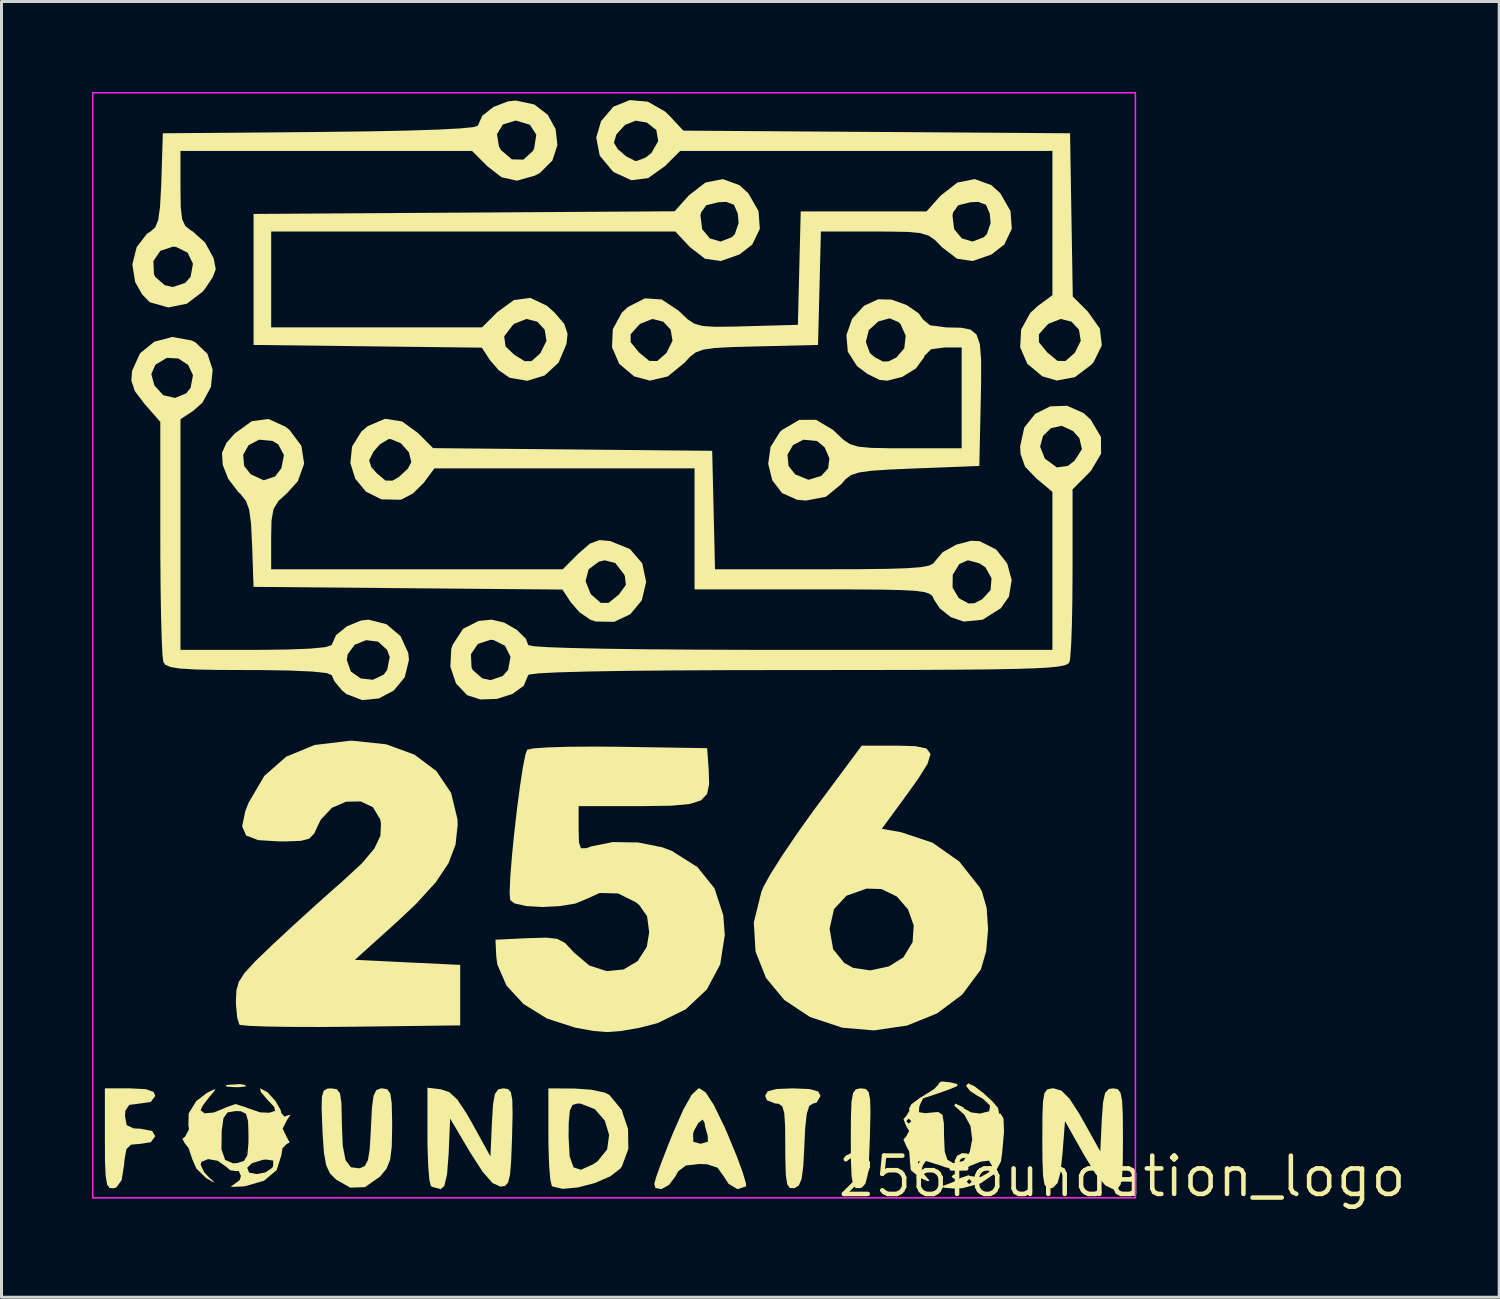
<source format=kicad_pcb>
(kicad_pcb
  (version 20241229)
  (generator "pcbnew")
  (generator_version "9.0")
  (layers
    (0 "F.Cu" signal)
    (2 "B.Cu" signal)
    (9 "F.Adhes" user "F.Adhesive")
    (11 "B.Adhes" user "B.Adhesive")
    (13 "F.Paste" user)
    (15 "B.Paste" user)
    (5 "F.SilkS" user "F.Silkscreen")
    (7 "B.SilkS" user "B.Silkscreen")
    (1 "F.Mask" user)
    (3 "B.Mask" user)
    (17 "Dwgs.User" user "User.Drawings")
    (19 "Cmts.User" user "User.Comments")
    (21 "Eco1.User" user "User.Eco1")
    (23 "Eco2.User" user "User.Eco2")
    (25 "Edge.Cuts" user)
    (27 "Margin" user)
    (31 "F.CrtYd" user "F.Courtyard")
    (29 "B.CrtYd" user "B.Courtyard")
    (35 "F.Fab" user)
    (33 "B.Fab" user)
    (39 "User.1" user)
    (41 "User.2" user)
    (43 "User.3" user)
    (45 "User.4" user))
  (footprint "256foundation_logo"
    (layer "F.Cu")
    (at 34.155 35.955)
    (property "Reference" "256foundation_logo" (at 0 0 0) (layer "F.SilkS") (effects (font (size 1.27 1.27) (thickness 0.15))))
    (fp_poly (pts (xy -5.487 0.005) (xy -5.571 0.088) (xy -5.654 0.005) (xy -5.571 -0.079)) (stroke (width 0) (type solid)) (fill yes) (layer "F.SilkS"))
    (fp_poly (pts (xy -29.091 -3.035) (xy -29.039 -2.986) (xy -29.27 -2.96) (xy -29.383 -2.958) (xy -29.687 -2.976) (xy -29.723 -3.019) (xy -29.676 -3.035) (xy -29.252 -3.061)) (stroke (width 0) (type solid)) (fill yes) (layer "F.SilkS"))
    (fp_poly (pts (xy -8.501 -2.9) (xy -8.404 -2.798) (xy -8.356 -2.554) (xy -8.345 -2.106) (xy -8.361 -1.393) (xy -8.364 -1.292) (xy -8.394 -0.53) (xy -8.439 -0.041) (xy -8.51 0.237) (xy -8.622 0.363) (xy -8.704 0.391) (xy -8.837 0.386) (xy -8.923 0.27) (xy -8.971 -0.013) (xy -8.992 -0.521) (xy -8.996 -1.236) (xy -8.992 -2) (xy -8.971 -2.489) (xy -8.921 -2.766) (xy -8.829 -2.889) (xy -8.684 -2.919) (xy -8.656 -2.92)) (stroke (width 0) (type solid)) (fill yes) (layer "F.SilkS"))
    (fp_poly (pts (xy -32.367 -2.893) (xy -32.11 -2.8) (xy -32.057 -2.669) (xy -32.206 -2.47) (xy -32.558 -2.418) (xy -32.917 -2.373) (xy -33.048 -2.182) (xy -33.06 -2.001) (xy -33.006 -1.702) (xy -32.776 -1.593) (xy -32.558 -1.583) (xy -32.16 -1.508) (xy -32.057 -1.332) (xy -32.206 -1.133) (xy -32.549 -1.081) (xy -32.86 -1.053) (xy -33.013 -0.906) (xy -33.078 -0.548) (xy -33.092 -0.373) (xy -33.173 0.126) (xy -33.343 0.359) (xy -33.436 0.392) (xy -33.569 0.386) (xy -33.654 0.27) (xy -33.702 -0.014) (xy -33.724 -0.522) (xy -33.728 -1.236) (xy -33.728 -2.92) (xy -32.893 -2.92)) (stroke (width 0) (type solid)) (fill yes) (layer "F.SilkS"))
    (fp_poly (pts (xy -10.364 -2.897) (xy -10.079 -2.818) (xy -9.999 -2.669) (xy -10.129 -2.447) (xy -10.243 -2.418) (xy -10.371 -2.343) (xy -10.456 -2.082) (xy -10.51 -1.581) (xy -10.535 -1.042) (xy -10.571 -0.347) (xy -10.626 0.079) (xy -10.719 0.302) (xy -10.863 0.388) (xy -10.876 0.391) (xy -11.018 0.384) (xy -11.106 0.256) (xy -11.151 -0.054) (xy -11.167 -0.608) (xy -11.169 -0.986) (xy -11.175 -1.68) (xy -11.203 -2.105) (xy -11.269 -2.326) (xy -11.388 -2.408) (xy -11.503 -2.418) (xy -11.775 -2.523) (xy -11.837 -2.669) (xy -11.755 -2.82) (xy -11.465 -2.898) (xy -10.918 -2.92)) (stroke (width 0) (type solid)) (fill yes) (layer "F.SilkS"))
    (fp_poly (pts (xy -22.588 -2.889) (xy -22.309 -2.796) (xy -22.043 -2.549) (xy -21.734 -2.086) (xy -21.543 -1.75) (xy -20.945 -0.664) (xy -20.895 -1.792) (xy -20.858 -2.395) (xy -20.796 -2.736) (xy -20.685 -2.887) (xy -20.513 -2.92) (xy -20.361 -2.898) (xy -20.267 -2.792) (xy -20.22 -2.541) (xy -20.21 -2.083) (xy -20.226 -1.357) (xy -20.228 -1.29) (xy -20.256 -0.54) (xy -20.294 -0.063) (xy -20.357 0.201) (xy -20.46 0.315) (xy -20.61 0.339) (xy -20.873 0.221) (xy -21.203 -0.153) (xy -21.613 -0.79) (xy -22.281 -1.92) (xy -22.33 -0.749) (xy -22.383 -0.064) (xy -22.474 0.317) (xy -22.595 0.422) (xy -22.876 0.346) (xy -22.922 0.311) (xy -22.97 0.105) (xy -23.008 -0.355) (xy -23.03 -0.989) (xy -23.033 -1.371) (xy -23.033 -2.942)) (stroke (width 0) (type solid)) (fill yes) (layer "F.SilkS"))
    (fp_poly (pts (xy -18.145 -2.914) (xy -17.592 -2.874) (xy -17.151 -2.777) (xy -17.003 -2.705) (xy -16.599 -2.214) (xy -16.382 -1.575) (xy -16.372 -0.908) (xy -16.586 -0.332) (xy -16.642 -0.256) (xy -16.981 0.003) (xy -17.486 0.22) (xy -18.046 0.365) (xy -18.549 0.413) (xy -18.884 0.334) (xy -18.911 0.311) (xy -18.96 0.105) (xy -18.998 -0.355) (xy -19.02 -0.988) (xy -19.023 -1.332) (xy -18.354 -1.332) (xy -18.318 -0.665) (xy -18.19 -0.302) (xy -17.944 -0.221) (xy -17.552 -0.397) (xy -17.389 -0.506) (xy -17.076 -0.896) (xy -17.009 -1.375) (xy -17.154 -1.851) (xy -17.48 -2.228) (xy -17.952 -2.413) (xy -18.057 -2.418) (xy -18.22 -2.373) (xy -18.31 -2.188) (xy -18.348 -1.793) (xy -18.354 -1.332) (xy -19.023 -1.332) (xy -19.023 -1.36) (xy -19.023 -2.92)) (stroke (width 0) (type solid)) (fill yes) (layer "F.SilkS"))
    (fp_poly (pts (xy -13.807 -2.784) (xy -13.537 -2.367) (xy -13.189 -1.651) (xy -13.054 -1.341) (xy -12.78 -0.677) (xy -12.579 -0.131) (xy -12.473 0.227) (xy -12.469 0.33) (xy -12.752 0.424) (xy -13.05 0.244) (xy -13.205 0.005) (xy -13.413 -0.288) (xy -13.755 -0.402) (xy -14.01 -0.413) (xy -14.464 -0.362) (xy -14.722 -0.165) (xy -14.815 0.005) (xy -15.025 0.284) (xy -15.28 0.422) (xy -15.472 0.383) (xy -15.514 0.252) (xy -15.454 0.032) (xy -15.292 -0.42) (xy -15.058 -1.027) (xy -14.9 -1.418) (xy -14.224 -1.418) (xy -14.219 -1.151) (xy -13.976 -1.081) (xy -13.733 -1.156) (xy -13.741 -1.346) (xy -13.831 -1.671) (xy -13.843 -1.773) (xy -13.908 -1.885) (xy -14.051 -1.775) (xy -14.193 -1.518) (xy -14.224 -1.418) (xy -14.9 -1.418) (xy -14.9 -1.419) (xy -14.551 -2.212) (xy -14.276 -2.702) (xy -14.06 -2.909) (xy -14.009 -2.92)) (stroke (width 0) (type solid)) (fill yes) (layer "F.SilkS"))
    (fp_poly (pts (xy -0.15 -2.895) (xy -0.055 -2.78) (xy -0.002 -2.516) (xy 0.022 -2.041) (xy 0.027 -1.295) (xy 0.027 -1.249) (xy 0.022 -0.487) (xy 0 0) (xy -0.052 0.274) (xy -0.144 0.395) (xy -0.29 0.422) (xy -0.299 0.422) (xy -0.557 0.3) (xy -0.88 -0.085) (xy -1.26 -0.705) (xy -1.895 -1.833) (xy -1.978 -0.749) (xy -2.044 -0.133) (xy -2.14 0.217) (xy -2.287 0.371) (xy -2.354 0.391) (xy -2.487 0.386) (xy -2.573 0.27) (xy -2.621 -0.014) (xy -2.642 -0.522) (xy -2.646 -1.236) (xy -2.643 -1.998) (xy -2.624 -2.487) (xy -2.575 -2.763) (xy -2.484 -2.886) (xy -2.335 -2.919) (xy -2.267 -2.92) (xy -2.013 -2.844) (xy -1.748 -2.582) (xy -1.423 -2.08) (xy -1.306 -1.875) (xy -0.725 -0.831) (xy -0.675 -1.875) (xy -0.634 -2.452) (xy -0.565 -2.769) (xy -0.439 -2.9) (xy -0.299 -2.92)) (stroke (width 0) (type solid)) (fill yes) (layer "F.SilkS"))
    (fp_poly (pts (xy -24.363 -2.888) (xy -24.265 -2.749) (xy -24.218 -2.432) (xy -24.204 -1.87) (xy -24.203 -1.659) (xy -24.216 -0.988) (xy -24.269 -0.554) (xy -24.387 -0.259) (xy -24.593 -0.008) (xy -24.613 0.012) (xy -25.106 0.356) (xy -25.594 0.371) (xy -26.062 0.105) (xy -26.264 -0.099) (xy -26.39 -0.367) (xy -26.465 -0.785) (xy -26.51 -1.438) (xy -26.516 -1.566) (xy -26.541 -2.235) (xy -26.532 -2.637) (xy -26.473 -2.84) (xy -26.351 -2.912) (xy -26.226 -2.92) (xy -26.039 -2.891) (xy -25.933 -2.756) (xy -25.885 -2.441) (xy -25.872 -1.874) (xy -25.872 -1.792) (xy -25.842 -1.021) (xy -25.747 -0.539) (xy -25.57 -0.303) (xy -25.293 -0.269) (xy -25.269 -0.273) (xy -25.107 -0.348) (xy -25.005 -0.543) (xy -24.945 -0.928) (xy -24.908 -1.573) (xy -24.906 -1.626) (xy -24.873 -2.281) (xy -24.821 -2.67) (xy -24.731 -2.859) (xy -24.584 -2.918) (xy -24.53 -2.92)) (stroke (width 0) (type solid)) (fill yes) (layer "F.SilkS"))
    (fp_poly (pts (xy -6.856 -14.266) (xy -6.483 -14.188) (xy -6.352 -14.006) (xy -6.452 -13.679) (xy -6.776 -13.163) (xy -7.145 -12.649) (xy -7.967 -11.526) (xy -7.325 -11.411) (xy -6.285 -11.064) (xy -5.399 -10.441) (xy -4.725 -9.587) (xy -4.648 -9.445) (xy -4.491 -8.898) (xy -4.445 -8.187) (xy -4.508 -7.464) (xy -4.678 -6.879) (xy -4.697 -6.843) (xy -5.302 -6.028) (xy -6.135 -5.406) (xy -7.133 -5.002) (xy -8.233 -4.841) (xy -9.276 -4.931) (xy -10.35 -5.285) (xy -11.202 -5.85) (xy -11.811 -6.587) (xy -12.155 -7.457) (xy -12.199 -8.199) (xy -9.698 -8.199) (xy -9.581 -7.534) (xy -9.216 -7.081) (xy -8.919 -6.916) (xy -8.353 -6.831) (xy -7.737 -6.962) (xy -7.251 -7.265) (xy -6.948 -7.767) (xy -6.911 -8.322) (xy -7.098 -8.852) (xy -7.469 -9.28) (xy -7.981 -9.528) (xy -8.473 -9.543) (xy -9.142 -9.306) (xy -9.554 -8.861) (xy -9.698 -8.219) (xy -9.698 -8.199) (xy -12.199 -8.199) (xy -12.212 -8.421) (xy -11.961 -9.44) (xy -11.891 -9.604) (xy -11.666 -10.014) (xy -11.286 -10.616) (xy -10.798 -11.338) (xy -10.251 -12.106) (xy -10.093 -12.319) (xy -8.634 -14.283) (xy -7.478 -14.283)) (stroke (width 0) (type solid)) (fill yes) (layer "F.SilkS"))
    (fp_poly (pts (xy -24.401 -14.328) (xy -23.463 -13.984) (xy -22.735 -13.438) (xy -22.249 -12.717) (xy -22.037 -11.845) (xy -22.031 -11.647) (xy -22.101 -11.003) (xy -22.333 -10.387) (xy -22.761 -9.747) (xy -23.418 -9.027) (xy -24.052 -8.431) (xy -25.438 -7.181) (xy -23.692 -7.097) (xy -21.947 -7.014) (xy -21.947 -6.011) (xy -21.947 -5.008) (xy -25.551 -4.963) (xy -26.616 -4.955) (xy -27.567 -4.958) (xy -28.354 -4.97) (xy -28.925 -4.991) (xy -29.232 -5.02) (xy -29.269 -5.033) (xy -29.34 -5.259) (xy -29.38 -5.684) (xy -29.383 -5.844) (xy -29.366 -6.178) (xy -29.284 -6.459) (xy -29.091 -6.754) (xy -28.743 -7.132) (xy -28.193 -7.66) (xy -28.156 -7.696) (xy -27.477 -8.326) (xy -26.74 -8.996) (xy -26.073 -9.591) (xy -25.885 -9.754) (xy -25.214 -10.373) (xy -24.795 -10.868) (xy -24.592 -11.295) (xy -24.574 -11.706) (xy -24.602 -11.845) (xy -24.842 -12.242) (xy -25.248 -12.433) (xy -25.731 -12.424) (xy -26.2 -12.222) (xy -26.565 -11.835) (xy -26.639 -11.687) (xy -26.784 -11.374) (xy -26.948 -11.201) (xy -27.227 -11.126) (xy -27.712 -11.108) (xy -27.954 -11.108) (xy -28.647 -11.15) (xy -29.045 -11.304) (xy -29.177 -11.607) (xy -29.076 -12.099) (xy -28.965 -12.388) (xy -28.44 -13.282) (xy -27.714 -13.918) (xy -26.776 -14.304) (xy -25.614 -14.445) (xy -25.517 -14.446)) (stroke (width 0) (type solid)) (fill yes) (layer "F.SilkS"))
    (fp_poly (pts (xy -15.725 -35.634) (xy -15.149 -35.304) (xy -15.014 -35.173) (xy -14.548 -34.674) (xy -8.138 -34.63) (xy -1.727 -34.586) (xy -1.682 -31.879) (xy -1.636 -29.173) (xy -1.138 -28.675) (xy -0.739 -28.112) (xy -0.673 -27.555) (xy -0.942 -27.004) (xy -1.017 -26.915) (xy -1.567 -26.5) (xy -2.17 -26.389) (xy -2.646 -26.527) (xy -3.144 -26.943) (xy -3.381 -27.489) (xy -3.358 -27.92) (xy -2.76 -27.92) (xy -2.758 -27.658) (xy -2.484 -27.321) (xy -2.479 -27.317) (xy -2.142 -27.04) (xy -1.879 -27.035) (xy -1.575 -27.301) (xy -1.571 -27.305) (xy -1.372 -27.704) (xy -1.432 -28.073) (xy -1.678 -28.339) (xy -2.037 -28.43) (xy -2.436 -28.272) (xy -2.491 -28.225) (xy -2.76 -27.92) (xy -3.358 -27.92) (xy -3.35 -28.079) (xy -3.047 -28.63) (xy -2.793 -28.863) (xy -2.312 -29.218) (xy -2.312 -31.61) (xy -2.312 -34.001) (xy -8.482 -34.001) (xy -14.652 -34.001) (xy -15.154 -33.5) (xy -15.716 -33.099) (xy -16.274 -33.03) (xy -16.843 -33.292) (xy -16.893 -33.33) (xy -17.321 -33.845) (xy -17.404 -34.275) (xy -16.85 -34.275) (xy -16.724 -34.062) (xy -16.445 -33.822) (xy -16.158 -33.675) (xy -16.098 -33.667) (xy -15.805 -33.777) (xy -15.609 -33.93) (xy -15.381 -34.327) (xy -15.444 -34.692) (xy -15.759 -34.941) (xy -16.126 -35.004) (xy -16.482 -34.865) (xy -16.769 -34.546) (xy -16.85 -34.275) (xy -17.404 -34.275) (xy -17.437 -34.443) (xy -17.278 -34.985) (xy -16.868 -35.468) (xy -16.324 -35.687)) (stroke (width 0) (type solid)) (fill yes) (layer "F.SilkS"))
    (fp_poly (pts (xy -12.689 -32.866) (xy -12.396 -32.599) (xy -12.055 -32.006) (xy -12.013 -31.417) (xy -12.262 -30.899) (xy -12.685 -30.569) (xy -13.307 -30.351) (xy -13.829 -30.426) (xy -14.326 -30.807) (xy -14.344 -30.826) (xy -14.812 -31.328) (xy -21.513 -31.328) (xy -28.214 -31.328) (xy -28.214 -29.74) (xy -28.214 -28.153) (xy -24.717 -28.153) (xy -21.221 -28.153) (xy -20.72 -28.654) (xy -20.164 -29.057) (xy -19.623 -29.129) (xy -19.074 -28.869) (xy -18.823 -28.647) (xy -18.498 -28.268) (xy -18.388 -27.941) (xy -18.422 -27.603) (xy -18.686 -26.98) (xy -19.145 -26.557) (xy -19.722 -26.38) (xy -20.308 -26.479) (xy -20.671 -26.731) (xy -20.952 -27.054) (xy -21.23 -27.478) (xy -25.014 -27.523) (xy -28.798 -27.568) (xy -28.798 -27.853) (xy -20.488 -27.853) (xy -20.443 -27.518) (xy -20.155 -27.243) (xy -19.808 -27.03) (xy -19.579 -27.033) (xy -19.322 -27.264) (xy -19.284 -27.305) (xy -19.086 -27.704) (xy -19.145 -28.073) (xy -19.391 -28.339) (xy -19.75 -28.43) (xy -20.149 -28.272) (xy -20.205 -28.225) (xy -20.488 -27.853) (xy -28.798 -27.853) (xy -28.798 -29.74) (xy -28.798 -31.861) (xy -13.981 -31.861) (xy -13.924 -31.407) (xy -13.67 -31.101) (xy -13.312 -30.996) (xy -12.943 -31.14) (xy -12.842 -31.242) (xy -12.716 -31.609) (xy -12.743 -31.92) (xy -12.872 -32.218) (xy -13.126 -32.311) (xy -13.389 -32.299) (xy -13.791 -32.199) (xy -13.962 -31.958) (xy -13.981 -31.861) (xy -28.798 -31.861) (xy -28.798 -31.912) (xy -21.818 -31.956) (xy -14.837 -32) (xy -14.366 -32.527) (xy -13.816 -32.953) (xy -13.24 -33.067)) (stroke (width 0) (type solid)) (fill yes) (layer "F.SilkS"))
    (fp_poly (pts (xy -27.738 -24.855) (xy -27.605 -24.749) (xy -27.212 -24.223) (xy -27.121 -23.633) (xy -27.33 -23.05) (xy -27.68 -22.661) (xy -27.977 -22.39) (xy -28.138 -22.123) (xy -28.203 -21.747) (xy -28.215 -21.176) (xy -28.214 -20.131) (xy -23.38 -20.131) (xy -18.547 -20.131) (xy -18.026 -20.652) (xy -17.645 -20.983) (xy -17.322 -21.099) (xy -16.97 -21.066) (xy -16.316 -20.799) (xy -15.911 -20.326) (xy -15.781 -19.714) (xy -15.926 -19.1) (xy -16.307 -18.64) (xy -16.843 -18.388) (xy -17.454 -18.398) (xy -17.634 -18.458) (xy -17.997 -18.71) (xy -18.279 -19.034) (xy -18.557 -19.458) (xy -23.678 -19.502) (xy -28.798 -19.547) (xy -28.805 -19.739) (xy -17.79 -19.739) (xy -17.627 -19.326) (xy -17.592 -19.284) (xy -17.287 -19.016) (xy -17.026 -19.017) (xy -16.691 -19.289) (xy -16.679 -19.3) (xy -16.453 -19.613) (xy -16.488 -19.908) (xy -16.513 -19.959) (xy -16.806 -20.339) (xy -17.157 -20.427) (xy -17.345 -20.384) (xy -17.687 -20.131) (xy -17.79 -19.739) (xy -28.805 -19.739) (xy -28.847 -20.939) (xy -28.882 -21.645) (xy -28.943 -22.103) (xy -29.051 -22.4) (xy -29.23 -22.623) (xy -29.307 -22.694) (xy -29.638 -23.127) (xy -29.821 -23.592) (xy -29.842 -23.927) (xy -29.143 -23.927) (xy -29.109 -23.555) (xy -28.895 -23.283) (xy -28.462 -23.082) (xy -28.086 -23.207) (xy -27.875 -23.481) (xy -27.791 -23.917) (xy -27.98 -24.272) (xy -28.166 -24.384) (xy -28.615 -24.427) (xy -28.96 -24.247) (xy -29.143 -23.927) (xy -29.842 -23.927) (xy -29.845 -23.99) (xy -29.698 -24.32) (xy -29.416 -24.637) (xy -28.855 -25.041) (xy -28.301 -25.114)) (stroke (width 0) (type solid)) (fill yes) (layer "F.SilkS"))
    (fp_poly (pts (xy -16.671 -14.245) (xy -13.759 -14.199) (xy -13.707 -13.477) (xy -13.693 -13.009) (xy -13.761 -12.681) (xy -13.96 -12.469) (xy -14.338 -12.348) (xy -14.944 -12.292) (xy -15.826 -12.278) (xy -16.035 -12.278) (xy -18.02 -12.278) (xy -18.02 -11.53) (xy -18.01 -11.074) (xy -17.943 -10.881) (xy -17.77 -10.882) (xy -17.592 -10.945) (xy -16.889 -11.086) (xy -16.054 -11.073) (xy -15.249 -10.913) (xy -14.929 -10.792) (xy -14.08 -10.256) (xy -13.516 -9.553) (xy -13.224 -8.663) (xy -13.174 -7.999) (xy -13.327 -7.029) (xy -13.768 -6.2) (xy -14.469 -5.541) (xy -15.402 -5.083) (xy -16 -4.928) (xy -16.621 -4.82) (xy -17.078 -4.786) (xy -17.533 -4.824) (xy -18.133 -4.932) (xy -19.071 -5.235) (xy -19.849 -5.717) (xy -20.415 -6.331) (xy -20.717 -7.03) (xy -20.752 -7.302) (xy -20.777 -7.849) (xy -19.694 -7.9) (xy -19.099 -7.917) (xy -18.729 -7.877) (xy -18.478 -7.747) (xy -18.237 -7.494) (xy -18.19 -7.436) (xy -17.666 -6.993) (xy -17.09 -6.808) (xy -16.532 -6.862) (xy -16.065 -7.137) (xy -15.76 -7.613) (xy -15.681 -8.1) (xy -15.751 -8.625) (xy -16.008 -8.994) (xy -16.121 -9.09) (xy -16.711 -9.382) (xy -17.323 -9.398) (xy -17.779 -9.191) (xy -18.123 -9.049) (xy -18.636 -8.963) (xy -19.214 -8.933) (xy -19.752 -8.963) (xy -20.148 -9.052) (xy -20.29 -9.163) (xy -20.309 -9.419) (xy -20.287 -9.924) (xy -20.233 -10.602) (xy -20.156 -11.379) (xy -20.064 -12.181) (xy -19.965 -12.934) (xy -19.869 -13.564) (xy -19.783 -13.995) (xy -19.726 -14.148) (xy -19.519 -14.192) (xy -19.036 -14.225) (xy -18.333 -14.246) (xy -17.467 -14.252)) (stroke (width 0) (type solid)) (fill yes) (layer "F.SilkS"))
    (fp_poly (pts (xy -19.491 -35.541) (xy -19.045 -35.2) (xy -18.783 -34.725) (xy -18.724 -34.195) (xy -18.889 -33.685) (xy -19.297 -33.275) (xy -19.467 -33.184) (xy -20.064 -33.014) (xy -20.576 -33.128) (xy -21.054 -33.5) (xy -21.555 -34.001) (xy -26.388 -34.001) (xy -31.221 -34.001) (xy -31.221 -32.776) (xy -31.212 -32.135) (xy -31.167 -31.743) (xy -31.064 -31.516) (xy -30.88 -31.369) (xy -30.822 -31.337) (xy -30.41 -30.969) (xy -30.123 -30.449) (xy -30.052 -30.079) (xy -30.153 -29.812) (xy -30.403 -29.435) (xy -30.484 -29.335) (xy -31.011 -28.934) (xy -31.627 -28.811) (xy -32.236 -28.984) (xy -32.244 -28.989) (xy -32.497 -29.25) (xy -32.724 -29.653) (xy -32.817 -30.235) (xy -32.789 -30.35) (xy -32.119 -30.35) (xy -32.1 -29.917) (xy -32.057 -29.824) (xy -31.746 -29.55) (xy -31.472 -29.489) (xy -31.067 -29.624) (xy -30.887 -29.824) (xy -30.807 -30.261) (xy -30.989 -30.63) (xy -31.371 -30.819) (xy -31.472 -30.826) (xy -31.888 -30.689) (xy -32.119 -30.35) (xy -32.789 -30.35) (xy -32.674 -30.811) (xy -32.336 -31.253) (xy -32.207 -31.336) (xy -32.058 -31.467) (xy -31.96 -31.711) (xy -31.9 -32.136) (xy -31.862 -32.809) (xy -31.854 -33.043) (xy -31.807 -34.556) (xy -20.728 -34.556) (xy -20.661 -34.142) (xy -20.593 -34.027) (xy -20.234 -33.722) (xy -19.854 -33.712) (xy -19.541 -33.993) (xy -19.496 -34.08) (xy -19.424 -34.538) (xy -19.636 -34.868) (xy -20.088 -35.003) (xy -20.124 -35.004) (xy -20.533 -34.876) (xy -20.728 -34.556) (xy -31.807 -34.556) (xy -31.806 -34.586) (xy -26.584 -34.63) (xy -25.029 -34.649) (xy -23.725 -34.675) (xy -22.69 -34.708) (xy -21.94 -34.748) (xy -21.493 -34.794) (xy -21.362 -34.839) (xy -21.215 -35.167) (xy -20.845 -35.459) (xy -20.363 -35.644) (xy -20.101 -35.672)) (stroke (width 0) (type solid)) (fill yes) (layer "F.SilkS"))
    (fp_poly (pts (xy -4.335 -32.867) (xy -4.04 -32.599) (xy -3.7 -32.006) (xy -3.658 -31.417) (xy -3.906 -30.899) (xy -4.329 -30.569) (xy -4.952 -30.351) (xy -5.473 -30.426) (xy -5.971 -30.807) (xy -5.989 -30.826) (xy -6.208 -31.049) (xy -6.419 -31.194) (xy -6.695 -31.277) (xy -7.112 -31.316) (xy -7.745 -31.327) (xy -8.223 -31.328) (xy -9.988 -31.328) (xy -10.035 -29.448) (xy -10.083 -27.568) (xy -12.08 -27.52) (xy -12.927 -27.498) (xy -13.506 -27.467) (xy -13.888 -27.413) (xy -14.139 -27.321) (xy -14.327 -27.176) (xy -14.503 -26.983) (xy -15.064 -26.525) (xy -15.66 -26.385) (xy -16.182 -26.527) (xy -16.676 -26.943) (xy -16.914 -27.493) (xy -16.895 -27.92) (xy -16.296 -27.92) (xy -16.294 -27.658) (xy -16.019 -27.321) (xy -16.015 -27.317) (xy -15.677 -27.04) (xy -15.415 -27.035) (xy -15.11 -27.301) (xy -15.107 -27.305) (xy -14.908 -27.704) (xy -14.968 -28.073) (xy -15.214 -28.339) (xy -15.572 -28.43) (xy -15.971 -28.272) (xy -16.027 -28.225) (xy -16.296 -27.92) (xy -16.895 -27.92) (xy -16.888 -28.088) (xy -16.59 -28.636) (xy -16.391 -28.824) (xy -15.823 -29.114) (xy -15.265 -29.075) (xy -14.704 -28.703) (xy -14.647 -28.648) (xy -14.407 -28.42) (xy -14.189 -28.275) (xy -13.911 -28.197) (xy -13.497 -28.17) (xy -12.867 -28.177) (xy -12.445 -28.189) (xy -10.751 -28.236) (xy -10.704 -30.116) (xy -10.66 -31.861) (xy -5.625 -31.861) (xy -5.569 -31.407) (xy -5.315 -31.101) (xy -4.957 -30.996) (xy -4.587 -31.14) (xy -4.486 -31.242) (xy -4.361 -31.609) (xy -4.388 -31.92) (xy -4.517 -32.218) (xy -4.771 -32.311) (xy -5.033 -32.299) (xy -5.435 -32.199) (xy -5.606 -31.958) (xy -5.625 -31.861) (xy -10.66 -31.861) (xy -10.657 -31.996) (xy -8.571 -31.996) (xy -6.485 -31.996) (xy -6.012 -32.525) (xy -5.462 -32.953) (xy -4.886 -33.067)) (stroke (width 0) (type solid)) (fill yes) (layer "F.SilkS"))
    (fp_poly (pts (xy -30.862 -27.719) (xy -30.732 -27.658) (xy -30.328 -27.275) (xy -30.154 -26.75) (xy -30.21 -26.178) (xy -30.492 -25.655) (xy -30.796 -25.385) (xy -31.221 -25.106) (xy -31.221 -21.282) (xy -31.221 -17.458) (xy -28.715 -17.458) (xy -27.693 -17.469) (xy -26.917 -17.5) (xy -26.413 -17.549) (xy -26.211 -17.616) (xy -26.208 -17.625) (xy -26.062 -17.948) (xy -25.699 -18.243) (xy -25.234 -18.431) (xy -24.984 -18.46) (xy -24.391 -18.309) (xy -23.924 -17.913) (xy -23.669 -17.357) (xy -23.646 -17.124) (xy -23.786 -16.549) (xy -24.148 -16.11) (xy -24.648 -15.846) (xy -25.201 -15.794) (xy -25.723 -15.994) (xy -25.874 -16.121) (xy -26.119 -16.42) (xy -26.208 -16.622) (xy -26.371 -16.688) (xy -26.842 -16.739) (xy -27.597 -16.773) (xy -28.609 -16.789) (xy -28.948 -16.789) (xy -29.982 -16.793) (xy -30.729 -16.808) (xy -31.236 -16.839) (xy -31.551 -16.889) (xy -31.721 -16.963) (xy -31.788 -17.054) (xy -31.797 -17.124) (xy -25.707 -17.124) (xy -25.572 -16.74) (xy -25.244 -16.511) (xy -24.843 -16.467) (xy -24.485 -16.637) (xy -24.37 -16.789) (xy -24.283 -17.217) (xy -24.37 -17.458) (xy -24.67 -17.732) (xy -25.067 -17.78) (xy -25.442 -17.63) (xy -25.678 -17.312) (xy -25.707 -17.124) (xy -31.797 -17.124) (xy -31.818 -17.291) (xy -31.843 -17.812) (xy -31.865 -18.565) (xy -31.88 -19.499) (xy -31.889 -20.563) (xy -31.89 -21.167) (xy -31.89 -25.017) (xy -32.407 -25.606) (xy -32.735 -26.037) (xy -32.851 -26.391) (xy -32.834 -26.602) (xy -32.188 -26.602) (xy -32.085 -26.226) (xy -31.793 -25.901) (xy -31.399 -25.812) (xy -31.029 -25.966) (xy -30.887 -26.147) (xy -30.806 -26.565) (xy -30.969 -26.907) (xy -31.289 -27.118) (xy -31.675 -27.14) (xy -32.041 -26.918) (xy -32.061 -26.894) (xy -32.188 -26.602) (xy -32.834 -26.602) (xy -32.825 -26.714) (xy -32.563 -27.29) (xy -32.091 -27.675) (xy -31.495 -27.832)) (stroke (width 0) (type solid)) (fill yes) (layer "F.SilkS"))
    (fp_poly (pts (xy -23.875 -25.032) (xy -23.344 -24.646) (xy -22.846 -24.147) (xy -18.219 -24.103) (xy -13.592 -24.058) (xy -13.545 -22.095) (xy -13.498 -20.131) (xy -9.905 -20.131) (xy -8.7 -20.134) (xy -7.789 -20.145) (xy -7.131 -20.166) (xy -6.684 -20.2) (xy -6.408 -20.251) (xy -6.262 -20.321) (xy -6.214 -20.388) (xy -5.95 -20.697) (xy -5.498 -20.948) (xy -5.002 -21.076) (xy -4.722 -21.062) (xy -4.174 -20.783) (xy -3.811 -20.324) (xy -3.661 -19.774) (xy -3.754 -19.222) (xy -4.025 -18.836) (xy -4.624 -18.459) (xy -5.251 -18.396) (xy -5.685 -18.546) (xy -6.044 -18.832) (xy -6.239 -19.128) (xy -6.286 -19.234) (xy -6.378 -19.315) (xy -6.556 -19.375) (xy -6.861 -19.416) (xy -7.334 -19.441) (xy -8.016 -19.456) (xy -8.948 -19.462) (xy -10.17 -19.463) (xy -10.261 -19.463) (xy -14.177 -19.463) (xy -14.177 -19.524) (xy -5.622 -19.524) (xy -5.423 -19.185) (xy -5.362 -19.142) (xy -5.09 -18.997) (xy -4.901 -19.004) (xy -4.641 -19.135) (xy -4.364 -19.438) (xy -4.33 -19.833) (xy -4.531 -20.193) (xy -4.73 -20.327) (xy -5.113 -20.429) (xy -5.399 -20.303) (xy -5.616 -19.948) (xy -5.622 -19.524) (xy -14.177 -19.524) (xy -14.177 -21.468) (xy -14.177 -23.474) (xy -18.49 -23.474) (xy -22.803 -23.474) (xy -23.158 -22.994) (xy -23.516 -22.642) (xy -23.903 -22.44) (xy -23.927 -22.435) (xy -24.563 -22.449) (xy -25.073 -22.705) (xy -25.426 -23.131) (xy -25.589 -23.654) (xy -25.58 -23.743) (xy -24.965 -23.743) (xy -24.892 -23.513) (xy -24.704 -23.306) (xy -24.422 -23.071) (xy -24.191 -23.069) (xy -23.982 -23.189) (xy -23.685 -23.464) (xy -23.568 -23.682) (xy -23.647 -24.01) (xy -23.916 -24.308) (xy -24.249 -24.448) (xy -24.329 -24.443) (xy -24.608 -24.274) (xy -24.822 -24.029) (xy -24.965 -23.743) (xy -25.58 -23.743) (xy -25.531 -24.202) (xy -25.219 -24.703) (xy -25.012 -24.877) (xy -24.438 -25.12)) (stroke (width 0) (type solid)) (fill yes) (layer "F.SilkS"))
    (fp_poly (pts (xy -7.646 -29.071) (xy -7.148 -28.894) (xy -6.744 -28.615) (xy -6.599 -28.409) (xy -6.366 -28.22) (xy -5.844 -28.151) (xy -5.785 -28.15) (xy -5.338 -28.139) (xy -5.027 -28.077) (xy -4.827 -27.913) (xy -4.718 -27.597) (xy -4.675 -27.076) (xy -4.676 -26.302) (xy -4.688 -25.716) (xy -4.735 -23.557) (xy -6.851 -23.474) (xy -7.729 -23.436) (xy -8.335 -23.395) (xy -8.735 -23.338) (xy -8.991 -23.251) (xy -9.166 -23.121) (xy -9.312 -22.951) (xy -9.822 -22.534) (xy -10.482 -22.409) (xy -10.775 -22.435) (xy -11.275 -22.656) (xy -11.601 -23.083) (xy -11.735 -23.624) (xy -11.693 -23.929) (xy -11.096 -23.929) (xy -11.06 -23.555) (xy -10.84 -23.277) (xy -10.399 -23.098) (xy -9.974 -23.227) (xy -9.747 -23.476) (xy -9.707 -23.809) (xy -9.863 -24.172) (xy -10.113 -24.381) (xy -10.566 -24.427) (xy -10.912 -24.248) (xy -11.096 -23.929) (xy -11.693 -23.929) (xy -11.656 -24.189) (xy -11.345 -24.685) (xy -11.277 -24.749) (xy -10.707 -25.084) (xy -10.151 -25.087) (xy -9.594 -24.758) (xy -9.472 -24.643) (xy -9.241 -24.424) (xy -9.023 -24.28) (xy -8.744 -24.196) (xy -8.329 -24.156) (xy -7.703 -24.143) (xy -7.145 -24.142) (xy -5.32 -24.142) (xy -5.32 -25.813) (xy -5.32 -27.484) (xy -5.894 -27.484) (xy -6.335 -27.424) (xy -6.55 -27.212) (xy -6.574 -27.148) (xy -6.836 -26.79) (xy -7.287 -26.511) (xy -7.785 -26.383) (xy -8.044 -26.409) (xy -8.441 -26.605) (xy -8.788 -26.864) (xy -9.096 -27.343) (xy -9.123 -27.666) (xy -8.497 -27.666) (xy -8.36 -27.296) (xy -8.203 -27.163) (xy -7.93 -27.018) (xy -7.742 -27.025) (xy -7.482 -27.156) (xy -7.223 -27.457) (xy -7.176 -27.875) (xy -7.348 -28.26) (xy -7.414 -28.324) (xy -7.707 -28.451) (xy -8.082 -28.348) (xy -8.4 -28.059) (xy -8.497 -27.666) (xy -9.123 -27.666) (xy -9.142 -27.896) (xy -8.953 -28.434) (xy -8.558 -28.867) (xy -8.091 -29.083)) (stroke (width 0) (type solid)) (fill yes) (layer "F.SilkS"))
    (fp_poly (pts (xy -28.338 -2.793) (xy -28.074 -2.506) (xy -27.898 -2.199) (xy -27.879 -2.103) (xy -27.777 -1.984) (xy -27.67 -2.023) (xy -27.57 -2.045) (xy -27.691 -1.866) (xy -27.833 -1.586) (xy -27.712 -1.332) (xy -27.6 -1.124) (xy -27.692 -1.081) (xy -27.836 -0.939) (xy -27.879 -0.69) (xy -28.032 -0.211) (xy -28.451 0.143) (xy -29.079 0.325) (xy -29.161 0.333) (xy -29.491 0.347) (xy -29.563 0.325) (xy -29.509 0.307) (xy -29.26 0.125) (xy -29.216 -0.017) (xy -29.292 -0.187) (xy -29.364 -0.174) (xy -29.577 -0.207) (xy -29.669 -0.288) (xy -29.008 -0.288) (xy -28.946 -0.127) (xy -28.701 -0.078) (xy -28.402 -0.134) (xy -28.179 -0.286) (xy -28.149 -0.341) (xy -28.146 -0.525) (xy -28.385 -0.56) (xy -28.494 -0.549) (xy -28.849 -0.44) (xy -29.008 -0.288) (xy -29.669 -0.288) (xy -29.719 -0.331) (xy -29.993 -0.52) (xy -30.306 -0.574) (xy -30.523 -0.484) (xy -30.553 -0.39) (xy -30.437 -0.14) (xy -30.261 0.046) (xy -30.088 0.199) (xy -30.163 0.175) (xy -30.371 0.054) (xy -30.695 -0.262) (xy -30.835 -0.583) (xy -30.938 -0.898) (xy -29.861 -0.898) (xy -29.741 -0.548) (xy -29.476 -0.434) (xy -29.342 -0.443) (xy -29.116 -0.514) (xy -29.004 -0.704) (xy -28.968 -1.102) (xy -28.966 -1.332) (xy -28.979 -1.828) (xy -29.048 -2.075) (xy -29.216 -2.16) (xy -29.383 -2.168) (xy -29.661 -2.123) (xy -29.796 -1.927) (xy -29.854 -1.523) (xy -29.861 -0.898) (xy -30.938 -0.898) (xy -30.951 -0.938) (xy -31.076 -1.095) (xy -31.157 -1.242) (xy -31.061 -1.328) (xy -30.938 -1.565) (xy -30.959 -1.695) (xy -30.949 -2.09) (xy -30.698 -2.498) (xy -30.34 -2.773) (xy -30.086 -2.897) (xy -30.092 -2.834) (xy -30.261 -2.638) (xy -30.48 -2.353) (xy -30.553 -2.196) (xy -30.423 -2.092) (xy -30.116 -2.119) (xy -29.756 -2.266) (xy -29.726 -2.285) (xy -29.395 -2.4) (xy -29.021 -2.28) (xy -28.998 -2.268) (xy -28.58 -2.125) (xy -28.279 -2.111) (xy -28.085 -2.173) (xy -28.111 -2.3) (xy -28.341 -2.546) (xy -28.557 -2.799) (xy -28.584 -2.918) (xy -28.574 -2.92)) (stroke (width 0) (type solid)) (fill yes) (layer "F.SilkS"))
    (fp_poly (pts (xy -1.276 -25.309) (xy -1.037 -25.085) (xy -0.702 -24.516) (xy -0.699 -23.96) (xy -1.028 -23.403) (xy -1.143 -23.281) (xy -1.644 -22.779) (xy -1.644 -20.049) (xy -1.65 -19.111) (xy -1.666 -18.279) (xy -1.691 -17.614) (xy -1.723 -17.181) (xy -1.745 -17.054) (xy -1.794 -16.995) (xy -1.91 -16.946) (xy -2.12 -16.905) (xy -2.448 -16.872) (xy -2.922 -16.846) (xy -3.567 -16.826) (xy -4.409 -16.811) (xy -5.476 -16.801) (xy -6.792 -16.794) (xy -8.384 -16.791) (xy -10.278 -16.789) (xy -10.769 -16.789) (xy -12.972 -16.786) (xy -14.872 -16.777) (xy -16.464 -16.762) (xy -17.743 -16.74) (xy -18.706 -16.713) (xy -19.346 -16.68) (xy -19.658 -16.641) (xy -19.691 -16.622) (xy -19.84 -16.269) (xy -20.22 -15.994) (xy -20.731 -15.832) (xy -21.273 -15.814) (xy -21.716 -15.955) (xy -22.086 -16.345) (xy -22.274 -16.903) (xy -22.252 -17.315) (xy -21.591 -17.315) (xy -21.572 -16.883) (xy -21.529 -16.789) (xy -21.219 -16.516) (xy -20.945 -16.455) (xy -20.54 -16.59) (xy -20.36 -16.789) (xy -20.279 -17.227) (xy -20.461 -17.595) (xy -20.843 -17.785) (xy -20.945 -17.792) (xy -21.361 -17.655) (xy -21.591 -17.315) (xy -22.252 -17.315) (xy -22.242 -17.495) (xy -22.195 -17.631) (xy -21.851 -18.158) (xy -21.338 -18.418) (xy -20.903 -18.46) (xy -20.486 -18.362) (xy -20.068 -18.122) (xy -19.767 -17.823) (xy -19.691 -17.618) (xy -19.526 -17.581) (xy -19.042 -17.548) (xy -18.251 -17.52) (xy -17.167 -17.496) (xy -15.806 -17.478) (xy -14.181 -17.466) (xy -12.306 -17.459) (xy -11.002 -17.458) (xy -2.312 -17.458) (xy -2.312 -20.078) (xy -2.312 -22.697) (xy -2.847 -23.144) (xy -3.221 -23.534) (xy -3.368 -23.953) (xy -3.381 -24.196) (xy -2.719 -24.196) (xy -2.57 -23.817) (xy -2.541 -23.784) (xy -2.163 -23.507) (xy -1.797 -23.558) (xy -1.572 -23.736) (xy -1.333 -24.113) (xy -1.418 -24.477) (xy -1.63 -24.714) (xy -2.005 -24.887) (xy -2.361 -24.808) (xy -2.624 -24.552) (xy -2.719 -24.196) (xy -3.381 -24.196) (xy -3.382 -24.204) (xy -3.245 -24.829) (xy -2.886 -25.281) (xy -2.386 -25.532) (xy -1.823 -25.551)) (stroke (width 0) (type solid)) (fill yes) (layer "F.SilkS"))
    (fp_poly (pts (xy -5.713 -3.123) (xy -5.465 -3.063) (xy -5.467 -2.995) (xy -5.747 -2.879) (xy -5.927 -2.815) (xy -6.335 -2.675) (xy -6.574 -2.595) (xy -6.597 -2.588) (xy -6.668 -2.455) (xy -6.725 -2.315) (xy -6.737 -2.13) (xy -6.521 -2.095) (xy -6.367 -2.114) (xy -6.094 -2.136) (xy -5.958 -2.045) (xy -5.91 -1.762) (xy -5.905 -1.342) (xy -5.882 -0.825) (xy -5.794 -0.554) (xy -5.611 -0.446) (xy -5.591 -0.442) (xy -5.266 -0.511) (xy -5.055 -0.803) (xy -4.971 -1.221) (xy -5.027 -1.669) (xy -5.235 -2.051) (xy -5.357 -2.158) (xy -5.563 -2.343) (xy -5.534 -2.418) (xy -5.271 -2.295) (xy -5.237 -2.251) (xy -5.007 -2.123) (xy -4.712 -2.084) (xy -4.408 -2.161) (xy -4.38 -2.348) (xy -4.618 -2.577) (xy -4.788 -2.667) (xy -5.046 -2.836) (xy -5.175 -3.008) (xy -5.102 -3.087) (xy -4.901 -2.992) (xy -4.604 -2.766) (xy -4.309 -2.497) (xy -4.117 -2.274) (xy -4.097 -2.193) (xy -4.084 -2.09) (xy -4.033 -2.084) (xy -3.934 -1.928) (xy -3.916 -1.482) (xy -3.978 -0.782) (xy -4.018 -0.497) (xy -4.233 -0.085) (xy -4.69 0.228) (xy -5.297 0.391) (xy -5.571 0.402) (xy -5.904 0.374) (xy -5.973 0.326) (xy -5.905 0.302) (xy -5.571 0.172) (xy -5.153 0.172) (xy -5.07 0.255) (xy -4.986 0.172) (xy -5.07 0.088) (xy -5.153 0.172) (xy -5.571 0.172) (xy -5.526 0.154) (xy -5.369 0.056) (xy -5.102 -0.036) (xy -5.008 -0.009) (xy -4.704 0.024) (xy -4.418 -0.136) (xy -4.318 -0.359) (xy -4.413 -0.523) (xy -4.694 -0.489) (xy -5.053 -0.343) (xy -5.218 -0.238) (xy -5.451 -0.209) (xy -5.858 -0.303) (xy -6.018 -0.361) (xy -6.52 -0.518) (xy -6.767 -0.496) (xy -6.745 -0.301) (xy -6.58 -0.086) (xy -6.386 0.141) (xy -6.441 0.162) (xy -6.696 0.048) (xy -7.008 -0.209) (xy -7.03 -0.448) (xy -7.06 -0.825) (xy -7.147 -0.984) (xy -7.251 -1.224) (xy -7.158 -1.332) (xy -7.063 -1.507) (xy -7.158 -1.666) (xy -7.224 -1.833) (xy -7.158 -1.833) (xy -7.075 -1.75) (xy -6.991 -1.833) (xy -7.075 -1.917) (xy -7.158 -1.833) (xy -7.224 -1.833) (xy -7.25 -1.901) (xy -7.164 -1.997) (xy -7.05 -2.183) (xy -7.067 -2.239) (xy -6.989 -2.393) (xy -6.694 -2.612) (xy -6.579 -2.678) (xy -6.233 -2.898) (xy -6.075 -3.066) (xy -6.077 -3.095) (xy -5.991 -3.149)) (stroke (width 0) (type solid)) (fill yes) (layer "F.SilkS"))
    (fp_rect (start -34.13 -35.93) (end 0.44 0.71) (stroke (width 0.05) (type default)) (fill no) (layer "F.CrtYd")))
  (gr_rect
    (start -3 -3)
    (end 46.657 39.961)
    (stroke (width 0.1) (type default))
    (fill no)
    (layer "Edge.Cuts")))
</source>
